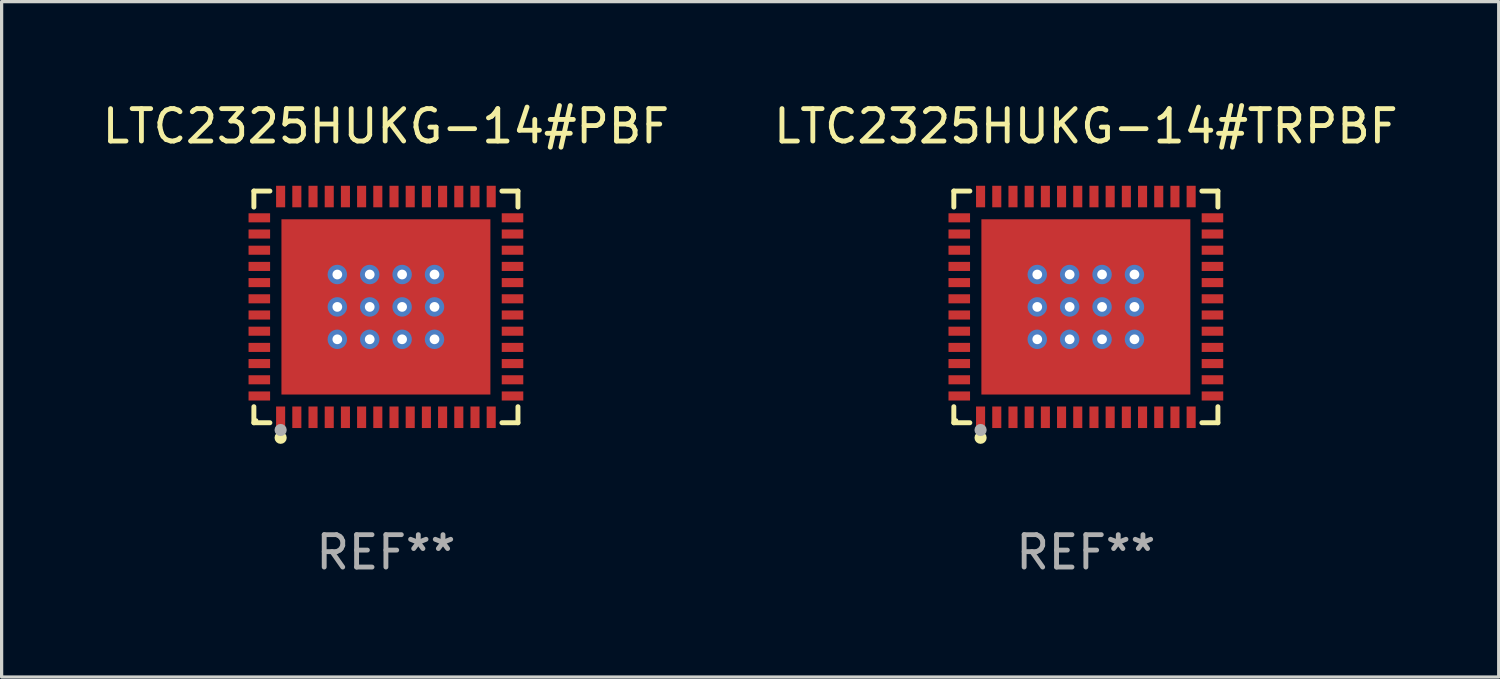
<source format=kicad_pcb>
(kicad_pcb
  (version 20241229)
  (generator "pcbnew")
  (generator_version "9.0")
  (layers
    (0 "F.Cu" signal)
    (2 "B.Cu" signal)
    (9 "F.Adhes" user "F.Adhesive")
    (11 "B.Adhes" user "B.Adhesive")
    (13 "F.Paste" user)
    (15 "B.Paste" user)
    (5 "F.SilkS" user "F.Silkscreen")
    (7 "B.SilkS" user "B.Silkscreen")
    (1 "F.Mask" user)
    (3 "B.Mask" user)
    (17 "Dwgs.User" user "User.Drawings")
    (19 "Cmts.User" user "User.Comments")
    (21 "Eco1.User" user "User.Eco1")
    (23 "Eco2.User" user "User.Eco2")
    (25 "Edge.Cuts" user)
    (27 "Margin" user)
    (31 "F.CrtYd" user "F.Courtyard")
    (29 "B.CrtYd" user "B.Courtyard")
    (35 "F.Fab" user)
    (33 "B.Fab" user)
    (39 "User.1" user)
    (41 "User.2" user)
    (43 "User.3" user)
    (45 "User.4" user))
  (footprint "LTC2325HUKG-14#TRPBF"
    (layer "F.Cu")
    (at 30.47 6.424)
    (property "Reference" "LTC2325HUKG-14#TRPBF" (at 0 -5.576 0) (layer "F.SilkS") (effects (font (size 1 1) (thickness 0.15))))
    (attr through_hole)
    (fp_line (start -4.076 -3.576) (end -3.581 -3.576) (stroke (width 0.152) (type solid)) (layer "F.SilkS"))
    (fp_line (start -4.076 -3.081) (end -4.076 -3.576) (stroke (width 0.152) (type solid)) (layer "F.SilkS"))
    (fp_line (start -4.076 3.081) (end -4.076 3.576) (stroke (width 0.152) (type solid)) (layer "F.SilkS"))
    (fp_line (start -4.076 3.576) (end -3.581 3.576) (stroke (width 0.152) (type solid)) (layer "F.SilkS"))
    (fp_line (start 4.076 -3.576) (end 3.581 -3.576) (stroke (width 0.152) (type solid)) (layer "F.SilkS"))
    (fp_line (start 4.076 -3.081) (end 4.076 -3.576) (stroke (width 0.152) (type solid)) (layer "F.SilkS"))
    (fp_line (start 4.076 3.081) (end 4.076 3.576) (stroke (width 0.152) (type solid)) (layer "F.SilkS"))
    (fp_line (start 4.076 3.576) (end 3.581 3.576) (stroke (width 0.152) (type solid)) (layer "F.SilkS"))
    (fp_circle (center -4 3.5) (end -3.97 3.5) (stroke (width 0.06) (type solid)) (fill no) (layer "F.SilkS"))
    (fp_circle (center -3.25 4.04) (end -3.156 4.04) (stroke (width 0.188) (type solid)) (fill no) (layer "F.SilkS"))
    (fp_circle (center -3.25 3.8) (end -3.156 3.8) (stroke (width 0.188) (type solid)) (fill no) (layer "F.Fab"))
    (fp_text user "REF**" (at 0 7.576 0) (layer "F.Fab") (effects (font (size 1 1) (thickness 0.15))))
    (pad "1" smd rect (at -3.25 3.407) (size 0.28 0.665) (layers "F.Cu" "F.Mask" "F.Paste"))
    (pad "2" smd rect (at -2.75 3.407) (size 0.28 0.665) (layers "F.Cu" "F.Mask" "F.Paste"))
    (pad "3" smd rect (at -2.25 3.407) (size 0.28 0.665) (layers "F.Cu" "F.Mask" "F.Paste"))
    (pad "4" smd rect (at -1.75 3.407) (size 0.28 0.665) (layers "F.Cu" "F.Mask" "F.Paste"))
    (pad "5" smd rect (at -1.25 3.407) (size 0.28 0.665) (layers "F.Cu" "F.Mask" "F.Paste"))
    (pad "6" smd rect (at -0.75 3.407) (size 0.28 0.665) (layers "F.Cu" "F.Mask" "F.Paste"))
    (pad "7" smd rect (at -0.25 3.407) (size 0.28 0.665) (layers "F.Cu" "F.Mask" "F.Paste"))
    (pad "8" smd rect (at 0.25 3.407) (size 0.28 0.665) (layers "F.Cu" "F.Mask" "F.Paste"))
    (pad "9" smd rect (at 0.75 3.407) (size 0.28 0.665) (layers "F.Cu" "F.Mask" "F.Paste"))
    (pad "10" smd rect (at 1.25 3.407) (size 0.28 0.665) (layers "F.Cu" "F.Mask" "F.Paste"))
    (pad "11" smd rect (at 1.75 3.407) (size 0.28 0.665) (layers "F.Cu" "F.Mask" "F.Paste"))
    (pad "12" smd rect (at 2.25 3.407) (size 0.28 0.665) (layers "F.Cu" "F.Mask" "F.Paste"))
    (pad "13" smd rect (at 2.75 3.407) (size 0.28 0.665) (layers "F.Cu" "F.Mask" "F.Paste"))
    (pad "14" smd rect (at 3.25 3.407) (size 0.28 0.665) (layers "F.Cu" "F.Mask" "F.Paste"))
    (pad "15" smd rect (at 3.908 2.75) (size 0.665 0.28) (layers "F.Cu" "F.Mask" "F.Paste"))
    (pad "16" smd rect (at 3.908 2.25) (size 0.665 0.28) (layers "F.Cu" "F.Mask" "F.Paste"))
    (pad "17" smd rect (at 3.908 1.75) (size 0.665 0.28) (layers "F.Cu" "F.Mask" "F.Paste"))
    (pad "18" smd rect (at 3.908 1.25) (size 0.665 0.28) (layers "F.Cu" "F.Mask" "F.Paste"))
    (pad "19" smd rect (at 3.908 0.75) (size 0.665 0.28) (layers "F.Cu" "F.Mask" "F.Paste"))
    (pad "20" smd rect (at 3.908 0.25) (size 0.665 0.28) (layers "F.Cu" "F.Mask" "F.Paste"))
    (pad "21" smd rect (at 3.908 -0.25) (size 0.665 0.28) (layers "F.Cu" "F.Mask" "F.Paste"))
    (pad "22" smd rect (at 3.908 -0.75) (size 0.665 0.28) (layers "F.Cu" "F.Mask" "F.Paste"))
    (pad "23" smd rect (at 3.908 -1.25) (size 0.665 0.28) (layers "F.Cu" "F.Mask" "F.Paste"))
    (pad "24" smd rect (at 3.908 -1.75) (size 0.665 0.28) (layers "F.Cu" "F.Mask" "F.Paste"))
    (pad "25" smd rect (at 3.908 -2.25) (size 0.665 0.28) (layers "F.Cu" "F.Mask" "F.Paste"))
    (pad "26" smd rect (at 3.908 -2.75) (size 0.665 0.28) (layers "F.Cu" "F.Mask" "F.Paste"))
    (pad "27" smd rect (at 3.25 -3.407) (size 0.28 0.665) (layers "F.Cu" "F.Mask" "F.Paste"))
    (pad "28" smd rect (at 2.75 -3.407) (size 0.28 0.665) (layers "F.Cu" "F.Mask" "F.Paste"))
    (pad "29" smd rect (at 2.25 -3.407) (size 0.28 0.665) (layers "F.Cu" "F.Mask" "F.Paste"))
    (pad "30" smd rect (at 1.75 -3.407) (size 0.28 0.665) (layers "F.Cu" "F.Mask" "F.Paste"))
    (pad "31" smd rect (at 1.25 -3.407) (size 0.28 0.665) (layers "F.Cu" "F.Mask" "F.Paste"))
    (pad "32" smd rect (at 0.75 -3.407) (size 0.28 0.665) (layers "F.Cu" "F.Mask" "F.Paste"))
    (pad "33" smd rect (at 0.25 -3.407) (size 0.28 0.665) (layers "F.Cu" "F.Mask" "F.Paste"))
    (pad "34" smd rect (at -0.25 -3.407) (size 0.28 0.665) (layers "F.Cu" "F.Mask" "F.Paste"))
    (pad "35" smd rect (at -0.75 -3.407) (size 0.28 0.665) (layers "F.Cu" "F.Mask" "F.Paste"))
    (pad "36" smd rect (at -1.25 -3.407) (size 0.28 0.665) (layers "F.Cu" "F.Mask" "F.Paste"))
    (pad "37" smd rect (at -1.75 -3.407) (size 0.28 0.665) (layers "F.Cu" "F.Mask" "F.Paste"))
    (pad "38" smd rect (at -2.25 -3.407) (size 0.28 0.665) (layers "F.Cu" "F.Mask" "F.Paste"))
    (pad "39" smd rect (at -2.75 -3.407) (size 0.28 0.665) (layers "F.Cu" "F.Mask" "F.Paste"))
    (pad "40" smd rect (at -3.25 -3.407) (size 0.28 0.665) (layers "F.Cu" "F.Mask" "F.Paste"))
    (pad "41" smd rect (at -3.908 -2.75) (size 0.665 0.28) (layers "F.Cu" "F.Mask" "F.Paste"))
    (pad "42" smd rect (at -3.908 -2.25) (size 0.665 0.28) (layers "F.Cu" "F.Mask" "F.Paste"))
    (pad "43" smd rect (at -3.908 -1.75) (size 0.665 0.28) (layers "F.Cu" "F.Mask" "F.Paste"))
    (pad "44" smd rect (at -3.908 -1.25) (size 0.665 0.28) (layers "F.Cu" "F.Mask" "F.Paste"))
    (pad "45" smd rect (at -3.908 -0.75) (size 0.665 0.28) (layers "F.Cu" "F.Mask" "F.Paste"))
    (pad "46" smd rect (at -3.908 -0.25) (size 0.665 0.28) (layers "F.Cu" "F.Mask" "F.Paste"))
    (pad "47" smd rect (at -3.908 0.25) (size 0.665 0.28) (layers "F.Cu" "F.Mask" "F.Paste"))
    (pad "48" smd rect (at -3.908 0.75) (size 0.665 0.28) (layers "F.Cu" "F.Mask" "F.Paste"))
    (pad "49" smd rect (at -3.908 1.25) (size 0.665 0.28) (layers "F.Cu" "F.Mask" "F.Paste"))
    (pad "50" smd rect (at -3.908 1.75) (size 0.665 0.28) (layers "F.Cu" "F.Mask" "F.Paste"))
    (pad "51" smd rect (at -3.908 2.25) (size 0.665 0.28) (layers "F.Cu" "F.Mask" "F.Paste"))
    (pad "52" smd rect (at -3.908 2.75) (size 0.665 0.28) (layers "F.Cu" "F.Mask" "F.Paste"))
    (pad "53" thru_hole circle (at -1.5 -1) (size 0.6 0.6) (drill 0.3) (layers "*.Cu" "*.Mask"))
    (pad "53" thru_hole circle (at -1.5 0) (size 0.6 0.6) (drill 0.3) (layers "*.Cu" "*.Mask"))
    (pad "53" thru_hole circle (at -1.5 1) (size 0.6 0.6) (drill 0.3) (layers "*.Cu" "*.Mask"))
    (pad "53" thru_hole circle (at -0.5 -1) (size 0.6 0.6) (drill 0.3) (layers "*.Cu" "*.Mask"))
    (pad "53" thru_hole circle (at -0.5 0) (size 0.6 0.6) (drill 0.3) (layers "*.Cu" "*.Mask"))
    (pad "53" thru_hole circle (at -0.5 1) (size 0.6 0.6) (drill 0.3) (layers "*.Cu" "*.Mask"))
    (pad "53" smd rect (at 0 0) (size 6.45 5.41) (layers "F.Cu" "F.Mask" "F.Paste"))
    (pad "53" thru_hole circle (at 0.5 -1) (size 0.6 0.6) (drill 0.3) (layers "*.Cu" "*.Mask"))
    (pad "53" thru_hole circle (at 0.5 0) (size 0.6 0.6) (drill 0.3) (layers "*.Cu" "*.Mask"))
    (pad "53" thru_hole circle (at 0.5 1) (size 0.6 0.6) (drill 0.3) (layers "*.Cu" "*.Mask"))
    (pad "53" thru_hole circle (at 1.5 -1) (size 0.6 0.6) (drill 0.3) (layers "*.Cu" "*.Mask"))
    (pad "53" thru_hole circle (at 1.5 0) (size 0.6 0.6) (drill 0.3) (layers "*.Cu" "*.Mask"))
    (pad "53" thru_hole circle (at 1.5 1) (size 0.6 0.6) (drill 0.3) (layers "*.Cu" "*.Mask")))
  (footprint "LTC2325HUKG-14#PBF"
    (layer "F.Cu")
    (at 8.863 6.424)
    (property "Reference" "LTC2325HUKG-14#PBF" (at 0 -5.576 0) (layer "F.SilkS") (effects (font (size 1 1) (thickness 0.15))))
    (attr through_hole)
    (fp_line (start -4.076 -3.576) (end -3.581 -3.576) (stroke (width 0.152) (type solid)) (layer "F.SilkS"))
    (fp_line (start -4.076 -3.081) (end -4.076 -3.576) (stroke (width 0.152) (type solid)) (layer "F.SilkS"))
    (fp_line (start -4.076 3.081) (end -4.076 3.576) (stroke (width 0.152) (type solid)) (layer "F.SilkS"))
    (fp_line (start -4.076 3.576) (end -3.581 3.576) (stroke (width 0.152) (type solid)) (layer "F.SilkS"))
    (fp_line (start 4.076 -3.576) (end 3.581 -3.576) (stroke (width 0.152) (type solid)) (layer "F.SilkS"))
    (fp_line (start 4.076 -3.081) (end 4.076 -3.576) (stroke (width 0.152) (type solid)) (layer "F.SilkS"))
    (fp_line (start 4.076 3.081) (end 4.076 3.576) (stroke (width 0.152) (type solid)) (layer "F.SilkS"))
    (fp_line (start 4.076 3.576) (end 3.581 3.576) (stroke (width 0.152) (type solid)) (layer "F.SilkS"))
    (fp_circle (center -4 3.5) (end -3.97 3.5) (stroke (width 0.06) (type solid)) (fill no) (layer "F.SilkS"))
    (fp_circle (center -3.25 4.04) (end -3.156 4.04) (stroke (width 0.188) (type solid)) (fill no) (layer "F.SilkS"))
    (fp_circle (center -3.25 3.8) (end -3.156 3.8) (stroke (width 0.188) (type solid)) (fill no) (layer "F.Fab"))
    (fp_text user "REF**" (at 0 7.576 0) (layer "F.Fab") (effects (font (size 1 1) (thickness 0.15))))
    (pad "1" smd rect (at -3.25 3.407) (size 0.28 0.665) (layers "F.Cu" "F.Mask" "F.Paste"))
    (pad "2" smd rect (at -2.75 3.407) (size 0.28 0.665) (layers "F.Cu" "F.Mask" "F.Paste"))
    (pad "3" smd rect (at -2.25 3.407) (size 0.28 0.665) (layers "F.Cu" "F.Mask" "F.Paste"))
    (pad "4" smd rect (at -1.75 3.407) (size 0.28 0.665) (layers "F.Cu" "F.Mask" "F.Paste"))
    (pad "5" smd rect (at -1.25 3.407) (size 0.28 0.665) (layers "F.Cu" "F.Mask" "F.Paste"))
    (pad "6" smd rect (at -0.75 3.407) (size 0.28 0.665) (layers "F.Cu" "F.Mask" "F.Paste"))
    (pad "7" smd rect (at -0.25 3.407) (size 0.28 0.665) (layers "F.Cu" "F.Mask" "F.Paste"))
    (pad "8" smd rect (at 0.25 3.407) (size 0.28 0.665) (layers "F.Cu" "F.Mask" "F.Paste"))
    (pad "9" smd rect (at 0.75 3.407) (size 0.28 0.665) (layers "F.Cu" "F.Mask" "F.Paste"))
    (pad "10" smd rect (at 1.25 3.407) (size 0.28 0.665) (layers "F.Cu" "F.Mask" "F.Paste"))
    (pad "11" smd rect (at 1.75 3.407) (size 0.28 0.665) (layers "F.Cu" "F.Mask" "F.Paste"))
    (pad "12" smd rect (at 2.25 3.407) (size 0.28 0.665) (layers "F.Cu" "F.Mask" "F.Paste"))
    (pad "13" smd rect (at 2.75 3.407) (size 0.28 0.665) (layers "F.Cu" "F.Mask" "F.Paste"))
    (pad "14" smd rect (at 3.25 3.407) (size 0.28 0.665) (layers "F.Cu" "F.Mask" "F.Paste"))
    (pad "15" smd rect (at 3.908 2.75) (size 0.665 0.28) (layers "F.Cu" "F.Mask" "F.Paste"))
    (pad "16" smd rect (at 3.908 2.25) (size 0.665 0.28) (layers "F.Cu" "F.Mask" "F.Paste"))
    (pad "17" smd rect (at 3.908 1.75) (size 0.665 0.28) (layers "F.Cu" "F.Mask" "F.Paste"))
    (pad "18" smd rect (at 3.908 1.25) (size 0.665 0.28) (layers "F.Cu" "F.Mask" "F.Paste"))
    (pad "19" smd rect (at 3.908 0.75) (size 0.665 0.28) (layers "F.Cu" "F.Mask" "F.Paste"))
    (pad "20" smd rect (at 3.908 0.25) (size 0.665 0.28) (layers "F.Cu" "F.Mask" "F.Paste"))
    (pad "21" smd rect (at 3.908 -0.25) (size 0.665 0.28) (layers "F.Cu" "F.Mask" "F.Paste"))
    (pad "22" smd rect (at 3.908 -0.75) (size 0.665 0.28) (layers "F.Cu" "F.Mask" "F.Paste"))
    (pad "23" smd rect (at 3.908 -1.25) (size 0.665 0.28) (layers "F.Cu" "F.Mask" "F.Paste"))
    (pad "24" smd rect (at 3.908 -1.75) (size 0.665 0.28) (layers "F.Cu" "F.Mask" "F.Paste"))
    (pad "25" smd rect (at 3.908 -2.25) (size 0.665 0.28) (layers "F.Cu" "F.Mask" "F.Paste"))
    (pad "26" smd rect (at 3.908 -2.75) (size 0.665 0.28) (layers "F.Cu" "F.Mask" "F.Paste"))
    (pad "27" smd rect (at 3.25 -3.407) (size 0.28 0.665) (layers "F.Cu" "F.Mask" "F.Paste"))
    (pad "28" smd rect (at 2.75 -3.407) (size 0.28 0.665) (layers "F.Cu" "F.Mask" "F.Paste"))
    (pad "29" smd rect (at 2.25 -3.407) (size 0.28 0.665) (layers "F.Cu" "F.Mask" "F.Paste"))
    (pad "30" smd rect (at 1.75 -3.407) (size 0.28 0.665) (layers "F.Cu" "F.Mask" "F.Paste"))
    (pad "31" smd rect (at 1.25 -3.407) (size 0.28 0.665) (layers "F.Cu" "F.Mask" "F.Paste"))
    (pad "32" smd rect (at 0.75 -3.407) (size 0.28 0.665) (layers "F.Cu" "F.Mask" "F.Paste"))
    (pad "33" smd rect (at 0.25 -3.407) (size 0.28 0.665) (layers "F.Cu" "F.Mask" "F.Paste"))
    (pad "34" smd rect (at -0.25 -3.407) (size 0.28 0.665) (layers "F.Cu" "F.Mask" "F.Paste"))
    (pad "35" smd rect (at -0.75 -3.407) (size 0.28 0.665) (layers "F.Cu" "F.Mask" "F.Paste"))
    (pad "36" smd rect (at -1.25 -3.407) (size 0.28 0.665) (layers "F.Cu" "F.Mask" "F.Paste"))
    (pad "37" smd rect (at -1.75 -3.407) (size 0.28 0.665) (layers "F.Cu" "F.Mask" "F.Paste"))
    (pad "38" smd rect (at -2.25 -3.407) (size 0.28 0.665) (layers "F.Cu" "F.Mask" "F.Paste"))
    (pad "39" smd rect (at -2.75 -3.407) (size 0.28 0.665) (layers "F.Cu" "F.Mask" "F.Paste"))
    (pad "40" smd rect (at -3.25 -3.407) (size 0.28 0.665) (layers "F.Cu" "F.Mask" "F.Paste"))
    (pad "41" smd rect (at -3.908 -2.75) (size 0.665 0.28) (layers "F.Cu" "F.Mask" "F.Paste"))
    (pad "42" smd rect (at -3.908 -2.25) (size 0.665 0.28) (layers "F.Cu" "F.Mask" "F.Paste"))
    (pad "43" smd rect (at -3.908 -1.75) (size 0.665 0.28) (layers "F.Cu" "F.Mask" "F.Paste"))
    (pad "44" smd rect (at -3.908 -1.25) (size 0.665 0.28) (layers "F.Cu" "F.Mask" "F.Paste"))
    (pad "45" smd rect (at -3.908 -0.75) (size 0.665 0.28) (layers "F.Cu" "F.Mask" "F.Paste"))
    (pad "46" smd rect (at -3.908 -0.25) (size 0.665 0.28) (layers "F.Cu" "F.Mask" "F.Paste"))
    (pad "47" smd rect (at -3.908 0.25) (size 0.665 0.28) (layers "F.Cu" "F.Mask" "F.Paste"))
    (pad "48" smd rect (at -3.908 0.75) (size 0.665 0.28) (layers "F.Cu" "F.Mask" "F.Paste"))
    (pad "49" smd rect (at -3.908 1.25) (size 0.665 0.28) (layers "F.Cu" "F.Mask" "F.Paste"))
    (pad "50" smd rect (at -3.908 1.75) (size 0.665 0.28) (layers "F.Cu" "F.Mask" "F.Paste"))
    (pad "51" smd rect (at -3.908 2.25) (size 0.665 0.28) (layers "F.Cu" "F.Mask" "F.Paste"))
    (pad "52" smd rect (at -3.908 2.75) (size 0.665 0.28) (layers "F.Cu" "F.Mask" "F.Paste"))
    (pad "53" thru_hole circle (at -1.5 -1) (size 0.6 0.6) (drill 0.3) (layers "*.Cu" "*.Mask"))
    (pad "53" thru_hole circle (at -1.5 0) (size 0.6 0.6) (drill 0.3) (layers "*.Cu" "*.Mask"))
    (pad "53" thru_hole circle (at -1.5 1) (size 0.6 0.6) (drill 0.3) (layers "*.Cu" "*.Mask"))
    (pad "53" thru_hole circle (at -0.5 -1) (size 0.6 0.6) (drill 0.3) (layers "*.Cu" "*.Mask"))
    (pad "53" thru_hole circle (at -0.5 0) (size 0.6 0.6) (drill 0.3) (layers "*.Cu" "*.Mask"))
    (pad "53" thru_hole circle (at -0.5 1) (size 0.6 0.6) (drill 0.3) (layers "*.Cu" "*.Mask"))
    (pad "53" smd rect (at 0 0) (size 6.45 5.41) (layers "F.Cu" "F.Mask" "F.Paste"))
    (pad "53" thru_hole circle (at 0.5 -1) (size 0.6 0.6) (drill 0.3) (layers "*.Cu" "*.Mask"))
    (pad "53" thru_hole circle (at 0.5 0) (size 0.6 0.6) (drill 0.3) (layers "*.Cu" "*.Mask"))
    (pad "53" thru_hole circle (at 0.5 1) (size 0.6 0.6) (drill 0.3) (layers "*.Cu" "*.Mask"))
    (pad "53" thru_hole circle (at 1.5 -1) (size 0.6 0.6) (drill 0.3) (layers "*.Cu" "*.Mask"))
    (pad "53" thru_hole circle (at 1.5 0) (size 0.6 0.6) (drill 0.3) (layers "*.Cu" "*.Mask"))
    (pad "53" thru_hole circle (at 1.5 1) (size 0.6 0.6) (drill 0.3) (layers "*.Cu" "*.Mask")))
  (gr_rect
    (start -3 -3)
    (end 43.214 17.849)
    (stroke (width 0.1) (type default))
    (fill no)
    (layer "Edge.Cuts")))
</source>
